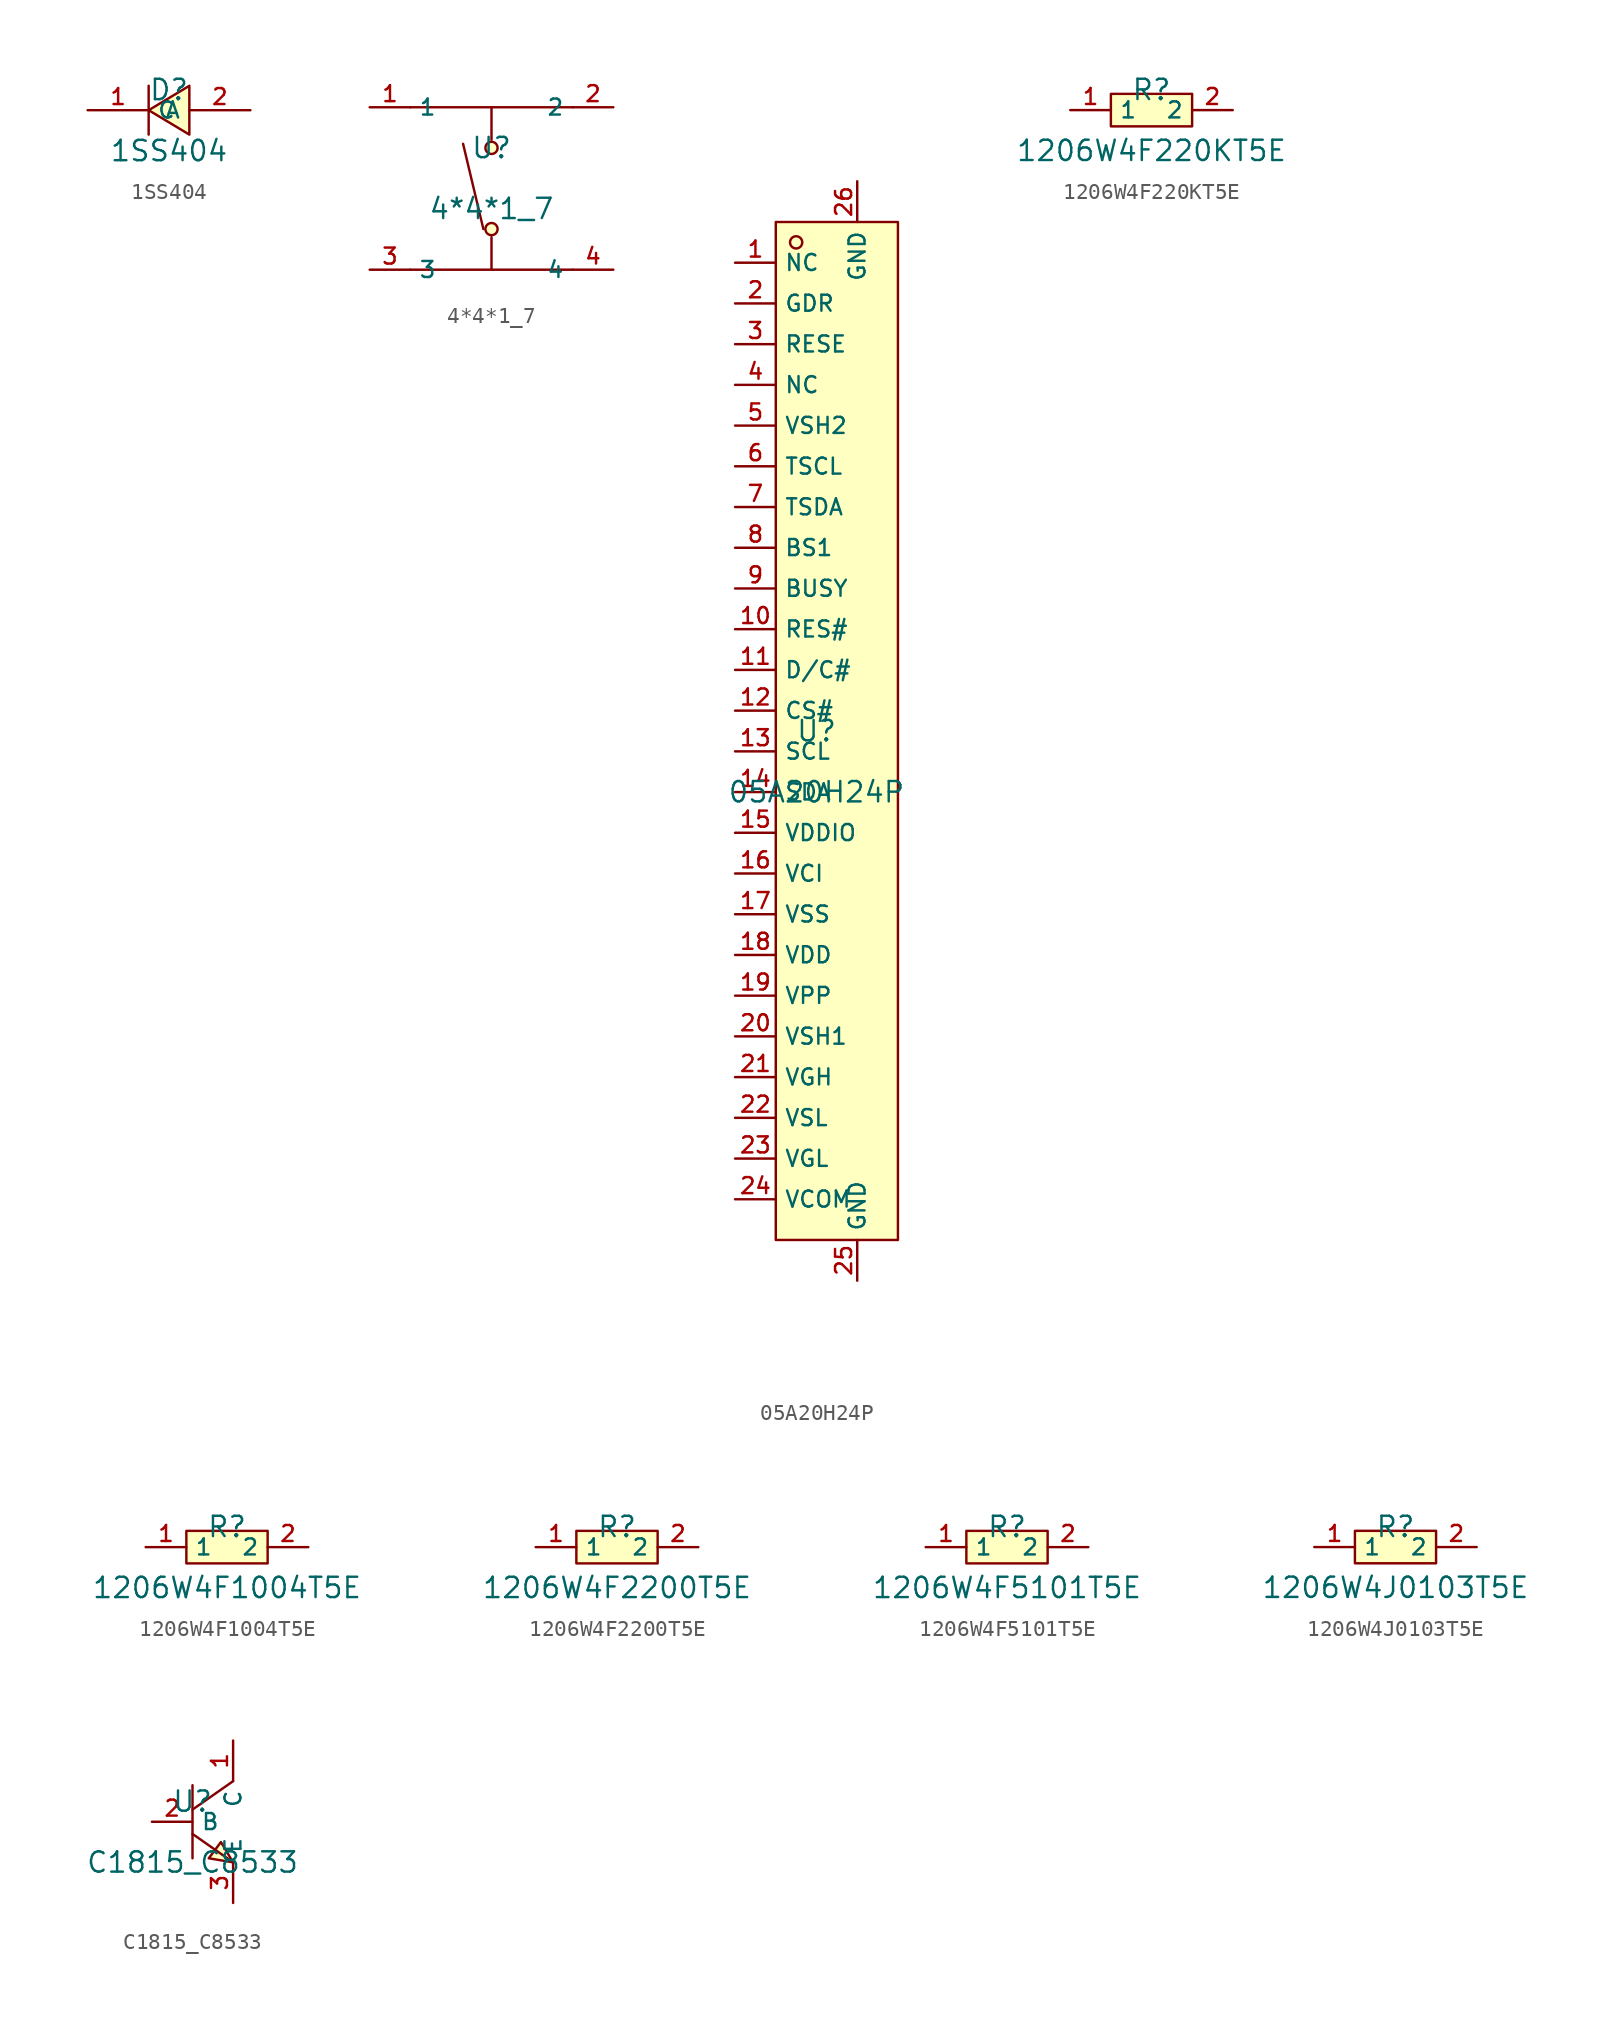
<source format=kicad_sym>
(kicad_symbol_lib
  (version 20241209)
  (generator "kicad_symbol_editor")
  (generator_version "9.0")
  (symbol "1SS404"
    (property "Reference" "D"
      (at 0 1.27 0)
      (effects (font (size 1.27 1.27))))
    (property "Value" "1SS404"
      (at 0 -2.54 0)
      (effects (font (size 1.27 1.27))))
    (symbol "1SS404_0_1"
      (polyline (pts (xy -1.27 -1.524) (xy -1.27 1.524)) (stroke (width 0) (type default)) (fill (type none)))
      (polyline (pts (xy 1.27 1.524) (xy -1.27 0) (xy 1.27 -1.524) (xy 1.27 1.524)) (stroke (width 0) (type default)) (fill (type background)))
      (pin unspecified line (at -5.08 0 0) (length 3.81) (name "C" (effects (font (size 1 1)))) (number "1" (effects (font (size 1 1)))))
      (pin unspecified line (at 5.08 0 180) (length 3.81) (name "A" (effects (font (size 1 1)))) (number "2" (effects (font (size 1 1)))))))
  (symbol "4*4*1_7"
    (property "Reference" "U"
      (at 0 1.27 0)
      (effects (font (size 1.27 1.27))))
    (property "Value" "4*4*1_7"
      (at 0 -2.54 0)
      (effects (font (size 1.27 1.27))))
    (symbol "4*4*1_7_0_1"
      (polyline (pts (xy -5.08 3.81) (xy 5.08 3.81)) (stroke (width 0) (type default)) (fill (type none)))
      (polyline (pts (xy -5.08 -6.35) (xy 5.08 -6.35)) (stroke (width 0) (type default)) (fill (type none)))
      (polyline (pts (xy -0.508 -3.81) (xy -1.778 1.524)) (stroke (width 0) (type default)) (fill (type none)))
      (polyline (pts (xy 0 1.778) (xy 0 3.81)) (stroke (width 0) (type default)) (fill (type none)))
      (circle (center 0 1.27) (radius 0.381) (stroke (width 0) (type default)) (fill (type background)))
      (circle (center 0 -3.81) (radius 0.381) (stroke (width 0) (type default)) (fill (type background)))
      (polyline (pts (xy 0 -4.318) (xy 0 -6.35)) (stroke (width 0) (type default)) (fill (type none)))
      (pin unspecified line (at -7.62 3.81 0) (length 2.54) (name "1" (effects (font (size 1 1)))) (number "1" (effects (font (size 1 1)))))
      (pin unspecified line (at -7.62 -6.35 0) (length 2.54) (name "3" (effects (font (size 1 1)))) (number "3" (effects (font (size 1 1)))))
      (pin unspecified line (at 7.62 3.81 180) (length 2.54) (name "2" (effects (font (size 1 1)))) (number "2" (effects (font (size 1 1)))))
      (pin unspecified line (at 7.62 -6.35 180) (length 2.54) (name "4" (effects (font (size 1 1)))) (number "4" (effects (font (size 1 1)))))))
  (symbol "05A20H24P"
    (property "Reference" "U"
      (at 0 1.27 0)
      (effects (font (size 1.27 1.27))))
    (property "Value" "05A20H24P"
      (at 0 -2.54 0)
      (effects (font (size 1.27 1.27))))
    (symbol "05A20H24P_0_1"
      (rectangle (start -2.54 33.02) (end 5.08 -30.48) (stroke (width 0) (type default)) (fill (type background)))
      (circle (center -1.27 31.75) (radius 0.381) (stroke (width 0) (type default)) (fill (type background))))
    (symbol "05A20H24P_1_1"
      (pin unspecified line (at -5.08 30.48 0) (length 2.54) (name "NC" (effects (font (size 1 1)))) (number "1" (effects (font (size 1 1)))))
      (pin unspecified line (at -5.08 27.94 0) (length 2.54) (name "GDR" (effects (font (size 1 1)))) (number "2" (effects (font (size 1 1)))))
      (pin unspecified line (at -5.08 25.4 0) (length 2.54) (name "RESE" (effects (font (size 1 1)))) (number "3" (effects (font (size 1 1)))))
      (pin unspecified line (at -5.08 22.86 0) (length 2.54) (name "NC" (effects (font (size 1 1)))) (number "4" (effects (font (size 1 1)))))
      (pin unspecified line (at -5.08 20.32 0) (length 2.54) (name "VSH2" (effects (font (size 1 1)))) (number "5" (effects (font (size 1 1)))))
      (pin unspecified line (at -5.08 17.78 0) (length 2.54) (name "TSCL" (effects (font (size 1 1)))) (number "6" (effects (font (size 1 1)))))
      (pin unspecified line (at -5.08 15.24 0) (length 2.54) (name "TSDA" (effects (font (size 1 1)))) (number "7" (effects (font (size 1 1)))))
      (pin unspecified line (at -5.08 12.7 0) (length 2.54) (name "BS1" (effects (font (size 1 1)))) (number "8" (effects (font (size 1 1)))))
      (pin unspecified line (at -5.08 10.16 0) (length 2.54) (name "BUSY" (effects (font (size 1 1)))) (number "9" (effects (font (size 1 1)))))
      (pin unspecified line (at -5.08 7.62 0) (length 2.54) (name "RES#" (effects (font (size 1 1)))) (number "10" (effects (font (size 1 1)))))
      (pin unspecified line (at -5.08 5.08 0) (length 2.54) (name "D/C#" (effects (font (size 1 1)))) (number "11" (effects (font (size 1 1)))))
      (pin unspecified line (at -5.08 2.54 0) (length 2.54) (name "CS#" (effects (font (size 1 1)))) (number "12" (effects (font (size 1 1)))))
      (pin unspecified line (at -5.08 0 0) (length 2.54) (name "SCL" (effects (font (size 1 1)))) (number "13" (effects (font (size 1 1)))))
      (pin unspecified line (at -5.08 -2.54 0) (length 2.54) (name "SDA" (effects (font (size 1 1)))) (number "14" (effects (font (size 1 1)))))
      (pin unspecified line (at -5.08 -5.08 0) (length 2.54) (name "VDDIO" (effects (font (size 1 1)))) (number "15" (effects (font (size 1 1)))))
      (pin unspecified line (at -5.08 -7.62 0) (length 2.54) (name "VCI" (effects (font (size 1 1)))) (number "16" (effects (font (size 1 1)))))
      (pin unspecified line (at -5.08 -10.16 0) (length 2.54) (name "VSS" (effects (font (size 1 1)))) (number "17" (effects (font (size 1 1)))))
      (pin unspecified line (at -5.08 -12.7 0) (length 2.54) (name "VDD" (effects (font (size 1 1)))) (number "18" (effects (font (size 1 1)))))
      (pin unspecified line (at -5.08 -15.24 0) (length 2.54) (name "VPP" (effects (font (size 1 1)))) (number "19" (effects (font (size 1 1)))))
      (pin unspecified line (at -5.08 -17.78 0) (length 2.54) (name "VSH1" (effects (font (size 1 1)))) (number "20" (effects (font (size 1 1)))))
      (pin unspecified line (at -5.08 -20.32 0) (length 2.54) (name "VGH" (effects (font (size 1 1)))) (number "21" (effects (font (size 1 1)))))
      (pin unspecified line (at -5.08 -22.86 0) (length 2.54) (name "VSL" (effects (font (size 1 1)))) (number "22" (effects (font (size 1 1)))))
      (pin unspecified line (at -5.08 -25.4 0) (length 2.54) (name "VGL" (effects (font (size 1 1)))) (number "23" (effects (font (size 1 1)))))
      (pin unspecified line (at -5.08 -27.94 0) (length 2.54) (name "VCOM" (effects (font (size 1 1)))) (number "24" (effects (font (size 1 1)))))
      (pin unspecified line (at 2.54 35.56 270) (length 2.54) (name "GND" (effects (font (size 1 1)))) (number "26" (effects (font (size 1 1)))))
      (pin unspecified line (at 2.54 -33.02 90) (length 2.54) (name "GND" (effects (font (size 1 1)))) (number "25" (effects (font (size 1 1)))))))
  (symbol "1206W4F220KT5E"
    (property "Reference" "R"
      (at 0 1.27 0)
      (effects (font (size 1.27 1.27))))
    (property "Value" "1206W4F220KT5E"
      (at 0 -2.54 0)
      (effects (font (size 1.27 1.27))))
    (symbol "1206W4F220KT5E_0_1"
      (rectangle (start -2.54 1.016) (end 2.54 -1.016) (stroke (width 0) (type default)) (fill (type background)))
      (pin input line (at -5.08 0 0) (length 2.54) (name "1" (effects (font (size 1 1)))) (number "1" (effects (font (size 1 1)))))
      (pin input line (at 5.08 0 180) (length 2.54) (name "2" (effects (font (size 1 1)))) (number "2" (effects (font (size 1 1)))))))
  (symbol "1206W4F1004T5E"
    (property "Reference" "R"
      (at 0 1.27 0)
      (effects (font (size 1.27 1.27))))
    (property "Value" "1206W4F1004T5E"
      (at 0 -2.54 0)
      (effects (font (size 1.27 1.27))))
    (symbol "1206W4F1004T5E_0_1"
      (rectangle (start -2.54 1.016) (end 2.54 -1.016) (stroke (width 0) (type default)) (fill (type background)))
      (pin input line (at -5.08 0 0) (length 2.54) (name "1" (effects (font (size 1 1)))) (number "1" (effects (font (size 1 1)))))
      (pin input line (at 5.08 0 180) (length 2.54) (name "2" (effects (font (size 1 1)))) (number "2" (effects (font (size 1 1)))))))
  (symbol "1206W4F2200T5E"
    (property "Reference" "R"
      (at 0 1.27 0)
      (effects (font (size 1.27 1.27))))
    (property "Value" "1206W4F2200T5E"
      (at 0 -2.54 0)
      (effects (font (size 1.27 1.27))))
    (symbol "1206W4F2200T5E_0_1"
      (rectangle (start -2.54 1.016) (end 2.54 -1.016) (stroke (width 0) (type default)) (fill (type background)))
      (pin input line (at -5.08 0 0) (length 2.54) (name "1" (effects (font (size 1 1)))) (number "1" (effects (font (size 1 1)))))
      (pin input line (at 5.08 0 180) (length 2.54) (name "2" (effects (font (size 1 1)))) (number "2" (effects (font (size 1 1)))))))
  (symbol "1206W4F5101T5E"
    (property "Reference" "R"
      (at 0 1.27 0)
      (effects (font (size 1.27 1.27))))
    (property "Value" "1206W4F5101T5E"
      (at 0 -2.54 0)
      (effects (font (size 1.27 1.27))))
    (symbol "1206W4F5101T5E_0_1"
      (rectangle (start -2.54 1.016) (end 2.54 -1.016) (stroke (width 0) (type default)) (fill (type background)))
      (pin input line (at -5.08 0 0) (length 2.54) (name "1" (effects (font (size 1 1)))) (number "1" (effects (font (size 1 1)))))
      (pin input line (at 5.08 0 180) (length 2.54) (name "2" (effects (font (size 1 1)))) (number "2" (effects (font (size 1 1)))))))
  (symbol "1206W4J0103T5E"
    (property "Reference" "R"
      (at 0 1.27 0)
      (effects (font (size 1.27 1.27))))
    (property "Value" "1206W4J0103T5E"
      (at 0 -2.54 0)
      (effects (font (size 1.27 1.27))))
    (symbol "1206W4J0103T5E_0_1"
      (rectangle (start -2.54 1.016) (end 2.54 -1.016) (stroke (width 0) (type default)) (fill (type background)))
      (pin input line (at -5.08 0 0) (length 2.54) (name "1" (effects (font (size 1 1)))) (number "1" (effects (font (size 1 1)))))
      (pin input line (at 5.08 0 180) (length 2.54) (name "2" (effects (font (size 1 1)))) (number "2" (effects (font (size 1 1)))))))
  (symbol "C1815_C8533"
    (property "Reference" "U"
      (at 0 1.27 0)
      (effects (font (size 1.27 1.27))))
    (property "Value" "C1815_C8533"
      (at 0 -2.54 0)
      (effects (font (size 1.27 1.27))))
    (symbol "C1815_C8533_0_1"
      (polyline (pts (xy 0 2.286) (xy 0 -2.286)) (stroke (width 0) (type default)) (fill (type none)))
      (polyline (pts (xy 0 -0.762) (xy 2.54 -2.54)) (stroke (width 0) (type default)) (fill (type none)))
      (polyline (pts (xy 2.54 2.54) (xy 0 0.762)) (stroke (width 0) (type default)) (fill (type none)))
      (polyline (pts (xy 2.54 -2.54) (xy 1.778 -1.27) (xy 1.016 -2.286) (xy 2.54 -2.54)) (stroke (width 0) (type default)) (fill (type background)))
      (pin unspecified line (at -2.54 0 0) (length 2.54) (name "B" (effects (font (size 1 1)))) (number "2" (effects (font (size 1 1)))))
      (pin unspecified line (at 2.54 5.08 270) (length 2.54) (name "C" (effects (font (size 1 1)))) (number "1" (effects (font (size 1 1)))))
      (pin unspecified line (at 2.54 -5.08 90) (length 2.54) (name "E" (effects (font (size 1 1)))) (number "3" (effects (font (size 1 1))))))))
</source>
